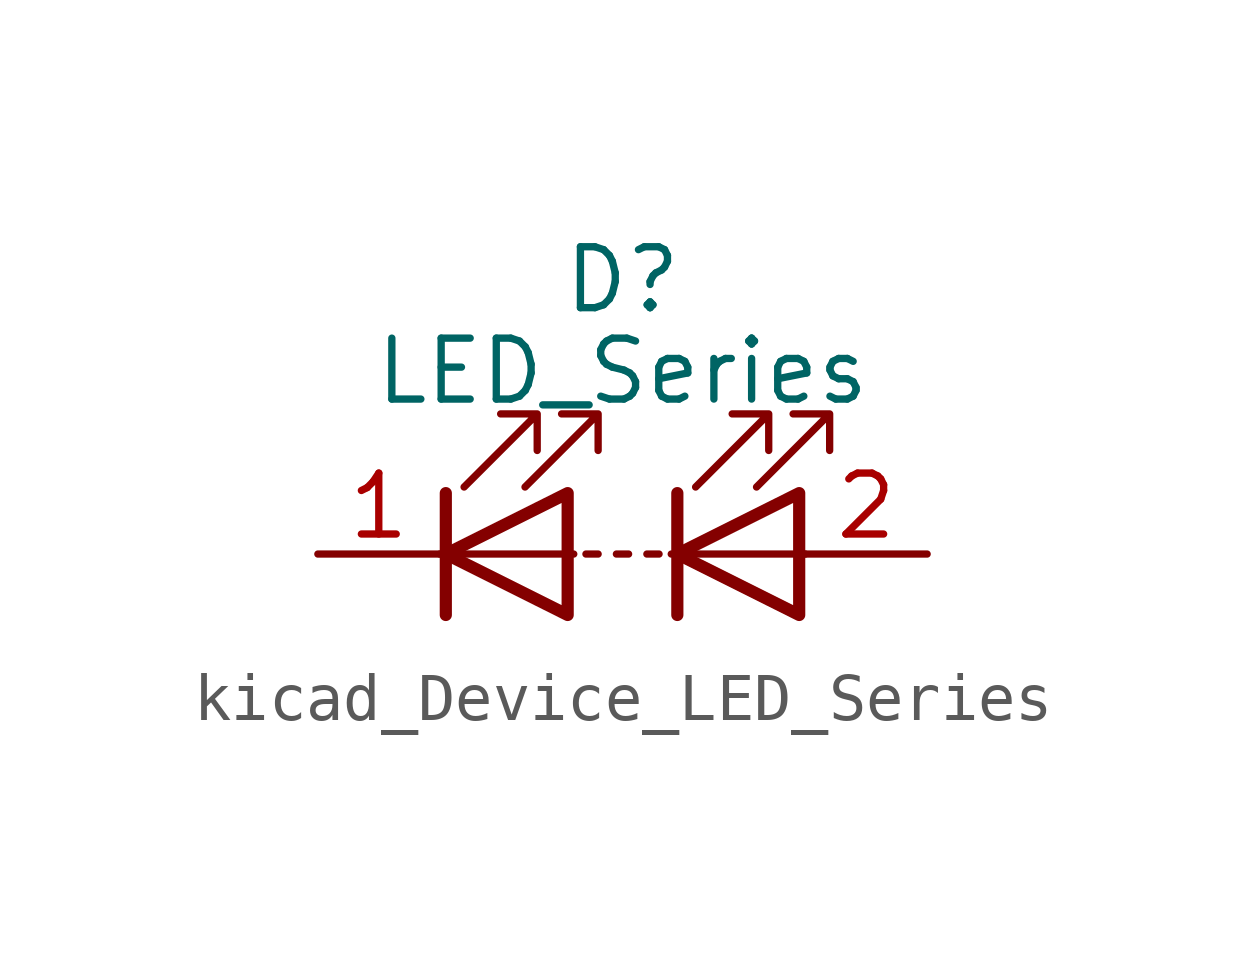
<source format=kicad_sym>
(kicad_symbol_lib
  (version 20220914)
  (generator kicad_symbol_editor)
  (symbol "kicad_Device_LED_Series"
    (pin_names
      (offset 1.016) hide)
    (property "Reference" "D"
      (at 0 5.715 0)
      (effects (font (size 1.27 1.27))))
    (property "Value" "LED_Series"
      (at 0 3.81 0)
      (effects (font (size 1.27 1.27))))
    (symbol "kicad_Device_LED_Series_0_1"
      (polyline (pts (xy -3.81 0) (xy -1.016 0)) (stroke (width 0) (type default)) (fill (type none)))
      (polyline (pts (xy -3.683 -1.27) (xy -3.683 1.27)) (stroke (width 0.254) (type default)) (fill (type none)))
      (polyline (pts (xy -0.508 0) (xy -0.762 0)) (stroke (width 0) (type default)) (fill (type none)))
      (polyline (pts (xy 0.127 0) (xy -0.127 0)) (stroke (width 0) (type default)) (fill (type none)))
      (polyline (pts (xy 0.508 0) (xy 0.762 0)) (stroke (width 0) (type default)) (fill (type none)))
      (polyline (pts (xy 1.016 0) (xy 3.81 0)) (stroke (width 0) (type default)) (fill (type none)))
      (polyline (pts (xy 1.143 -1.27) (xy 1.143 1.27)) (stroke (width 0.254) (type default)) (fill (type none)))
      (polyline (pts (xy -1.143 -1.27) (xy -1.143 1.27) (xy -3.683 0) (xy -1.143 -1.27)) (stroke (width 0.254) (type default)) (fill (type none)))
      (polyline (pts (xy 3.683 -1.27) (xy 3.683 1.27) (xy 1.143 0) (xy 3.683 -1.27)) (stroke (width 0.254) (type default)) (fill (type none)))
      (polyline (pts (xy -3.302 1.397) (xy -1.778 2.921) (xy -2.54 2.921) (xy -1.778 2.921) (xy -1.778 2.159)) (stroke (width 0) (type default)) (fill (type none)))
      (polyline (pts (xy -2.032 1.397) (xy -0.508 2.921) (xy -1.27 2.921) (xy -0.508 2.921) (xy -0.508 2.159)) (stroke (width 0) (type default)) (fill (type none)))
      (polyline (pts (xy 1.524 1.397) (xy 3.048 2.921) (xy 2.286 2.921) (xy 3.048 2.921) (xy 3.048 2.159)) (stroke (width 0) (type default)) (fill (type none)))
      (polyline (pts (xy 2.794 1.397) (xy 4.318 2.921) (xy 3.556 2.921) (xy 4.318 2.921) (xy 4.318 2.159)) (stroke (width 0) (type default)) (fill (type none))))
    (symbol "kicad_Device_LED_Series_1_1"
      (pin passive line (at -6.35 0 0) (length 2.54) (name "K" (effects (font (size 1.27 1.27)))) (number "1" (effects (font (size 1.27 1.27)))))
      (pin passive line (at 6.35 0 180) (length 2.54) (name "A" (effects (font (size 1.27 1.27)))) (number "2" (effects (font (size 1.27 1.27))))))))
</source>
